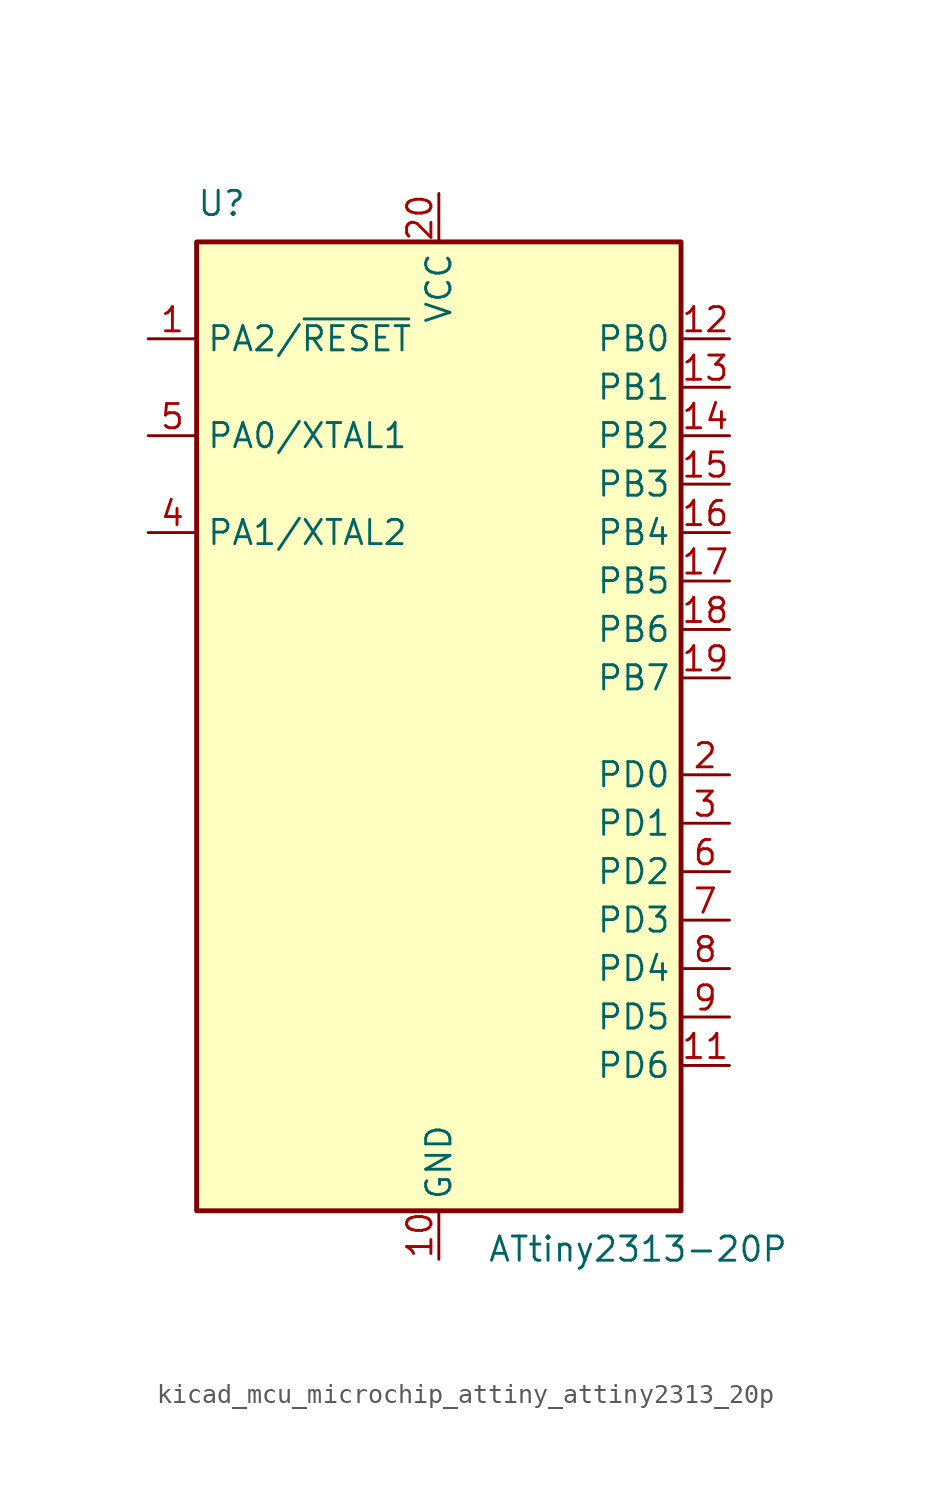
<source format=kicad_sym>
(kicad_symbol_lib
  (version 20220914)
  (generator kicad_symbol_editor)
  (symbol "kicad_mcu_microchip_attiny_attiny2313_20p"
    (property "Reference" "U"
      (at -12.7 26.67 0)
      (effects (font (size 1.27 1.27)) (justify left bottom)))
    (property "Value" "ATtiny2313-20P"
      (at 2.54 -26.67 0)
      (effects (font (size 1.27 1.27)) (justify left top)))
    (symbol "kicad_mcu_microchip_attiny_attiny2313_20p_0_1"
      (rectangle (start -12.7 -25.4) (end 12.7 25.4) (stroke (width 0.254) (type default)) (fill (type background))))
    (symbol "kicad_mcu_microchip_attiny_attiny2313_20p_1_1"
      (pin bidirectional line (at -15.24 20.32 0) (length 2.54) (name "PA2/~{RESET}" (effects (font (size 1.27 1.27)))) (number "1" (effects (font (size 1.27 1.27)))))
      (pin power_in line (at 0 -27.94 90) (length 2.54) (name "GND" (effects (font (size 1.27 1.27)))) (number "10" (effects (font (size 1.27 1.27)))))
      (pin bidirectional line (at 15.24 -17.78 180) (length 2.54) (name "PD6" (effects (font (size 1.27 1.27)))) (number "11" (effects (font (size 1.27 1.27)))))
      (pin bidirectional line (at 15.24 20.32 180) (length 2.54) (name "PB0" (effects (font (size 1.27 1.27)))) (number "12" (effects (font (size 1.27 1.27)))))
      (pin bidirectional line (at 15.24 17.78 180) (length 2.54) (name "PB1" (effects (font (size 1.27 1.27)))) (number "13" (effects (font (size 1.27 1.27)))))
      (pin bidirectional line (at 15.24 15.24 180) (length 2.54) (name "PB2" (effects (font (size 1.27 1.27)))) (number "14" (effects (font (size 1.27 1.27)))))
      (pin bidirectional line (at 15.24 12.7 180) (length 2.54) (name "PB3" (effects (font (size 1.27 1.27)))) (number "15" (effects (font (size 1.27 1.27)))))
      (pin bidirectional line (at 15.24 10.16 180) (length 2.54) (name "PB4" (effects (font (size 1.27 1.27)))) (number "16" (effects (font (size 1.27 1.27)))))
      (pin bidirectional line (at 15.24 7.62 180) (length 2.54) (name "PB5" (effects (font (size 1.27 1.27)))) (number "17" (effects (font (size 1.27 1.27)))))
      (pin bidirectional line (at 15.24 5.08 180) (length 2.54) (name "PB6" (effects (font (size 1.27 1.27)))) (number "18" (effects (font (size 1.27 1.27)))))
      (pin bidirectional line (at 15.24 2.54 180) (length 2.54) (name "PB7" (effects (font (size 1.27 1.27)))) (number "19" (effects (font (size 1.27 1.27)))))
      (pin bidirectional line (at 15.24 -2.54 180) (length 2.54) (name "PD0" (effects (font (size 1.27 1.27)))) (number "2" (effects (font (size 1.27 1.27)))))
      (pin power_in line (at 0 27.94 270) (length 2.54) (name "VCC" (effects (font (size 1.27 1.27)))) (number "20" (effects (font (size 1.27 1.27)))))
      (pin bidirectional line (at 15.24 -5.08 180) (length 2.54) (name "PD1" (effects (font (size 1.27 1.27)))) (number "3" (effects (font (size 1.27 1.27)))))
      (pin bidirectional line (at -15.24 10.16 0) (length 2.54) (name "PA1/XTAL2" (effects (font (size 1.27 1.27)))) (number "4" (effects (font (size 1.27 1.27)))))
      (pin bidirectional line (at -15.24 15.24 0) (length 2.54) (name "PA0/XTAL1" (effects (font (size 1.27 1.27)))) (number "5" (effects (font (size 1.27 1.27)))))
      (pin bidirectional line (at 15.24 -7.62 180) (length 2.54) (name "PD2" (effects (font (size 1.27 1.27)))) (number "6" (effects (font (size 1.27 1.27)))))
      (pin bidirectional line (at 15.24 -10.16 180) (length 2.54) (name "PD3" (effects (font (size 1.27 1.27)))) (number "7" (effects (font (size 1.27 1.27)))))
      (pin bidirectional line (at 15.24 -12.7 180) (length 2.54) (name "PD4" (effects (font (size 1.27 1.27)))) (number "8" (effects (font (size 1.27 1.27)))))
      (pin bidirectional line (at 15.24 -15.24 180) (length 2.54) (name "PD5" (effects (font (size 1.27 1.27)))) (number "9" (effects (font (size 1.27 1.27))))))))
</source>
